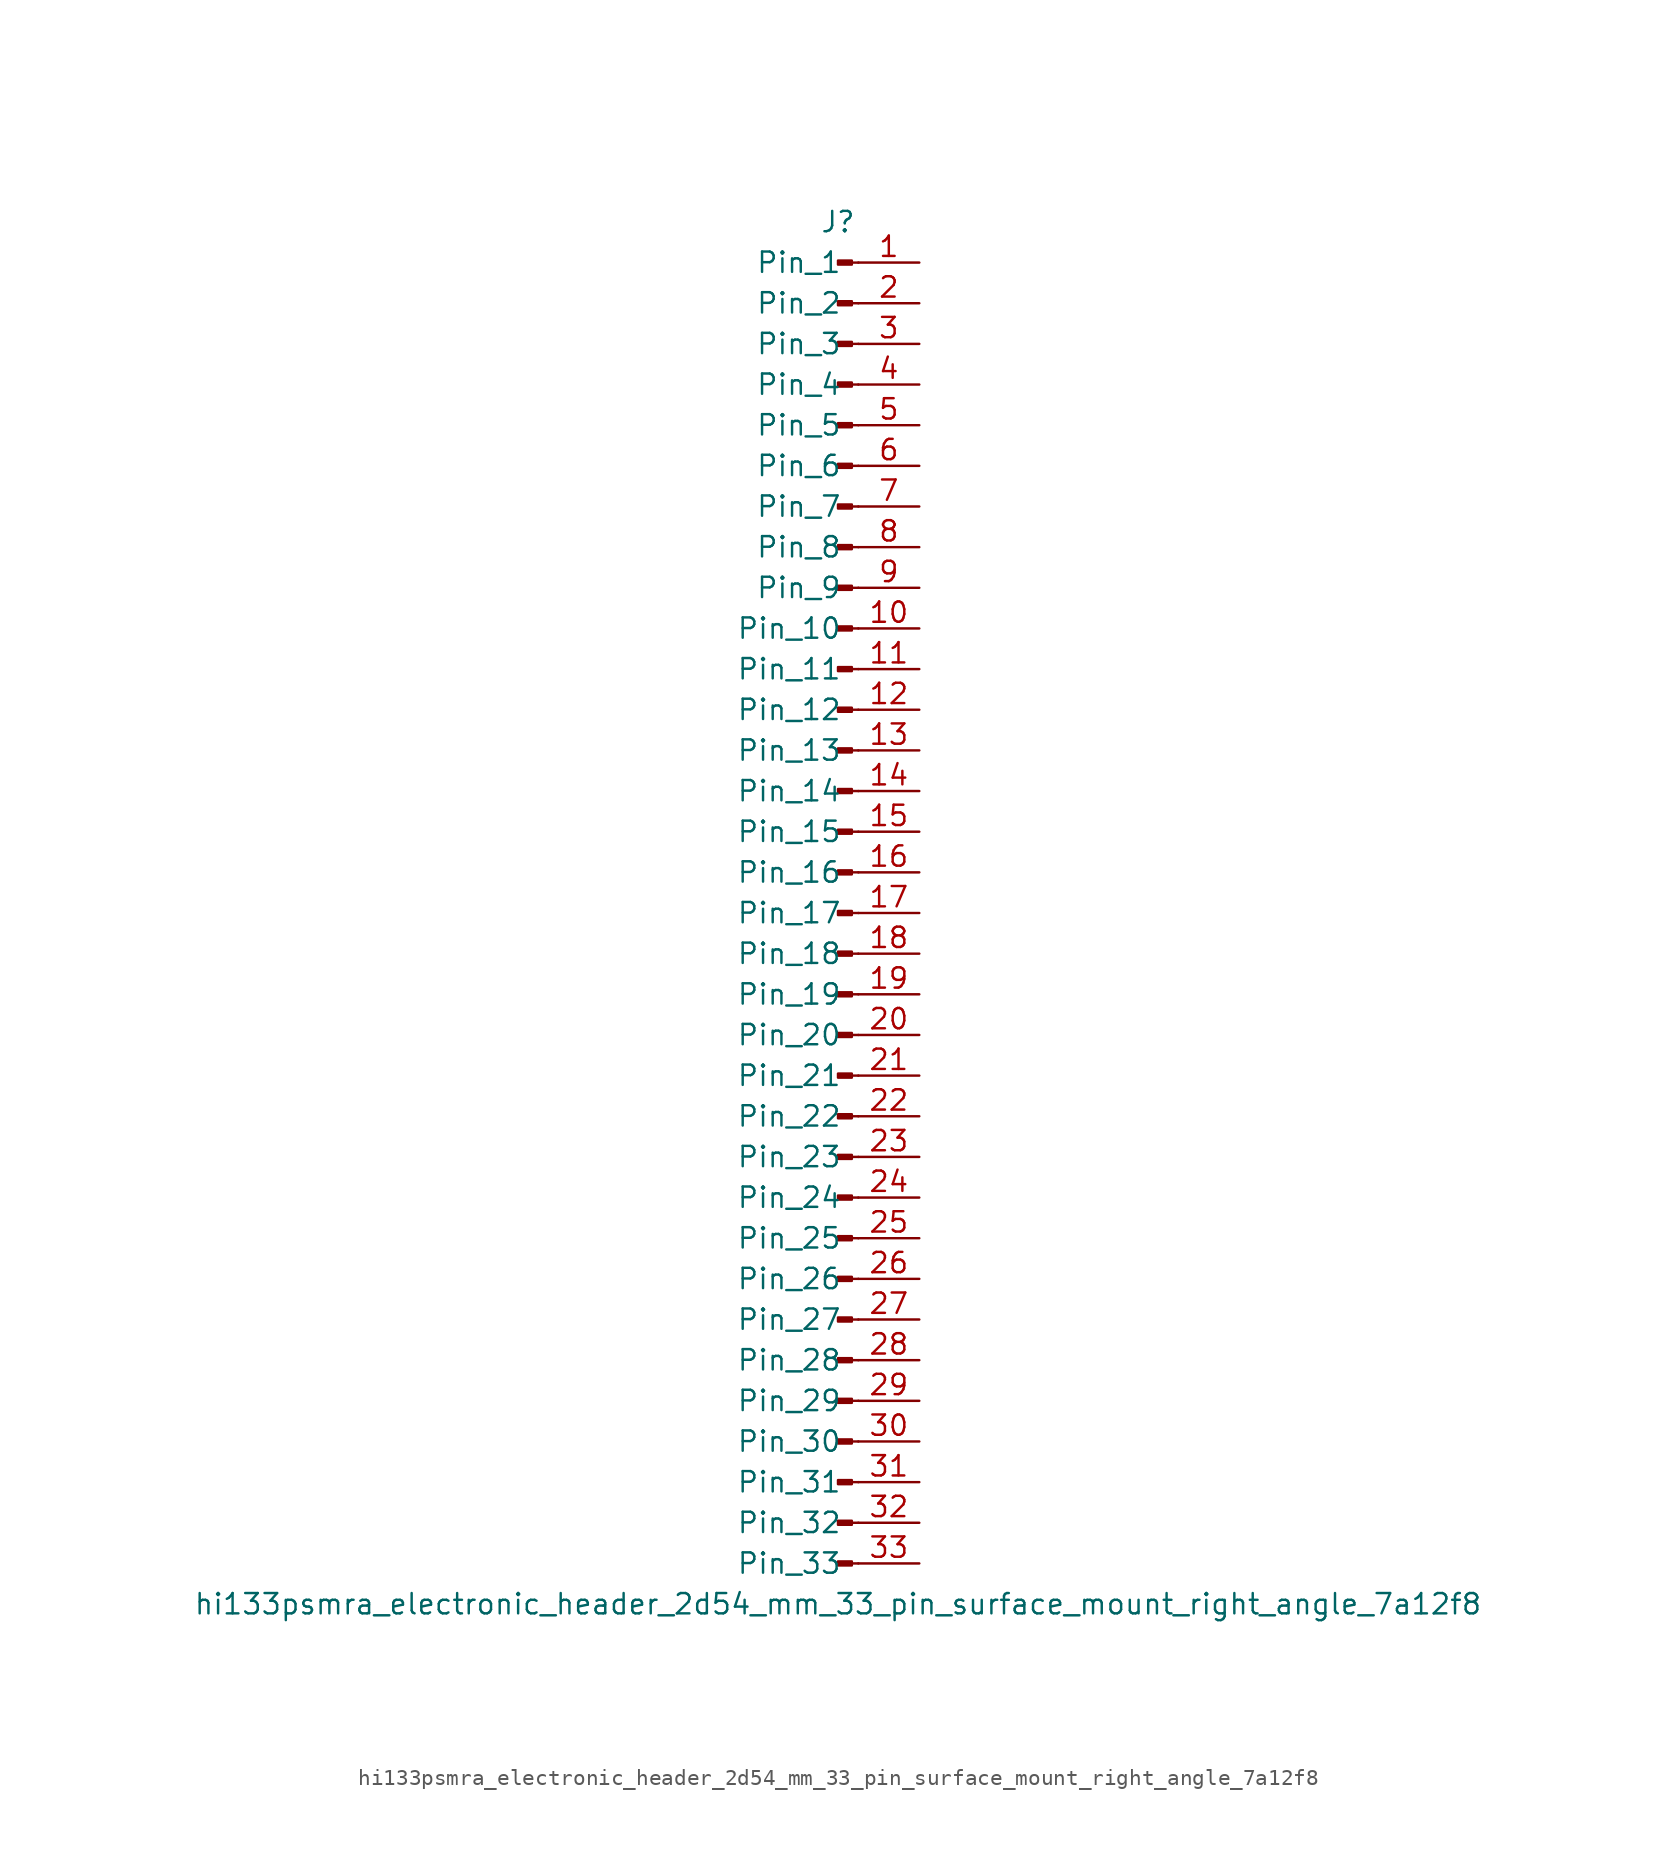
<source format=kicad_sym>
(kicad_symbol_lib
  (version 20220914)
  (generator kicad_symbol_editor)
  (symbol "hi133psmra_electronic_header_2d54_mm_33_pin_surface_mount_right_angle_7a12f8"
    (pin_names
      (offset 1.016))
    (property "Reference" "J"
      (at 0 43.18 0)
      (effects (font (size 1.27 1.27))))
    (property "Value" "hi133psmra_electronic_header_2d54_mm_33_pin_surface_mount_right_angle_7a12f8"
      (at 0 -43.18 0)
      (effects (font (size 1.27 1.27))))
    (property "ki_locked" ""
      (at 0 0 0)
      (effects (font (size 1.27 1.27))))
    (symbol "hi133psmra_electronic_header_2d54_mm_33_pin_surface_mount_right_angle_7a12f8_1_1"
      (polyline (pts (xy 1.27 -40.64) (xy 0.864 -40.64)) (stroke (width 0.152) (type default)) (fill (type none)))
      (polyline (pts (xy 1.27 -38.1) (xy 0.864 -38.1)) (stroke (width 0.152) (type default)) (fill (type none)))
      (polyline (pts (xy 1.27 -35.56) (xy 0.864 -35.56)) (stroke (width 0.152) (type default)) (fill (type none)))
      (polyline (pts (xy 1.27 -33.02) (xy 0.864 -33.02)) (stroke (width 0.152) (type default)) (fill (type none)))
      (polyline (pts (xy 1.27 -30.48) (xy 0.864 -30.48)) (stroke (width 0.152) (type default)) (fill (type none)))
      (polyline (pts (xy 1.27 -27.94) (xy 0.864 -27.94)) (stroke (width 0.152) (type default)) (fill (type none)))
      (polyline (pts (xy 1.27 -25.4) (xy 0.864 -25.4)) (stroke (width 0.152) (type default)) (fill (type none)))
      (polyline (pts (xy 1.27 -22.86) (xy 0.864 -22.86)) (stroke (width 0.152) (type default)) (fill (type none)))
      (polyline (pts (xy 1.27 -20.32) (xy 0.864 -20.32)) (stroke (width 0.152) (type default)) (fill (type none)))
      (polyline (pts (xy 1.27 -17.78) (xy 0.864 -17.78)) (stroke (width 0.152) (type default)) (fill (type none)))
      (polyline (pts (xy 1.27 -15.24) (xy 0.864 -15.24)) (stroke (width 0.152) (type default)) (fill (type none)))
      (polyline (pts (xy 1.27 -12.7) (xy 0.864 -12.7)) (stroke (width 0.152) (type default)) (fill (type none)))
      (polyline (pts (xy 1.27 -10.16) (xy 0.864 -10.16)) (stroke (width 0.152) (type default)) (fill (type none)))
      (polyline (pts (xy 1.27 -7.62) (xy 0.864 -7.62)) (stroke (width 0.152) (type default)) (fill (type none)))
      (polyline (pts (xy 1.27 -5.08) (xy 0.864 -5.08)) (stroke (width 0.152) (type default)) (fill (type none)))
      (polyline (pts (xy 1.27 -2.54) (xy 0.864 -2.54)) (stroke (width 0.152) (type default)) (fill (type none)))
      (polyline (pts (xy 1.27 0) (xy 0.864 0)) (stroke (width 0.152) (type default)) (fill (type none)))
      (polyline (pts (xy 1.27 2.54) (xy 0.864 2.54)) (stroke (width 0.152) (type default)) (fill (type none)))
      (polyline (pts (xy 1.27 5.08) (xy 0.864 5.08)) (stroke (width 0.152) (type default)) (fill (type none)))
      (polyline (pts (xy 1.27 7.62) (xy 0.864 7.62)) (stroke (width 0.152) (type default)) (fill (type none)))
      (polyline (pts (xy 1.27 10.16) (xy 0.864 10.16)) (stroke (width 0.152) (type default)) (fill (type none)))
      (polyline (pts (xy 1.27 12.7) (xy 0.864 12.7)) (stroke (width 0.152) (type default)) (fill (type none)))
      (polyline (pts (xy 1.27 15.24) (xy 0.864 15.24)) (stroke (width 0.152) (type default)) (fill (type none)))
      (polyline (pts (xy 1.27 17.78) (xy 0.864 17.78)) (stroke (width 0.152) (type default)) (fill (type none)))
      (polyline (pts (xy 1.27 20.32) (xy 0.864 20.32)) (stroke (width 0.152) (type default)) (fill (type none)))
      (polyline (pts (xy 1.27 22.86) (xy 0.864 22.86)) (stroke (width 0.152) (type default)) (fill (type none)))
      (polyline (pts (xy 1.27 25.4) (xy 0.864 25.4)) (stroke (width 0.152) (type default)) (fill (type none)))
      (polyline (pts (xy 1.27 27.94) (xy 0.864 27.94)) (stroke (width 0.152) (type default)) (fill (type none)))
      (polyline (pts (xy 1.27 30.48) (xy 0.864 30.48)) (stroke (width 0.152) (type default)) (fill (type none)))
      (polyline (pts (xy 1.27 33.02) (xy 0.864 33.02)) (stroke (width 0.152) (type default)) (fill (type none)))
      (polyline (pts (xy 1.27 35.56) (xy 0.864 35.56)) (stroke (width 0.152) (type default)) (fill (type none)))
      (polyline (pts (xy 1.27 38.1) (xy 0.864 38.1)) (stroke (width 0.152) (type default)) (fill (type none)))
      (polyline (pts (xy 1.27 40.64) (xy 0.864 40.64)) (stroke (width 0.152) (type default)) (fill (type none)))
      (rectangle (start 0.864 -40.513) (end 0 -40.767) (stroke (width 0.152) (type default)) (fill (type outline)))
      (rectangle (start 0.864 -37.973) (end 0 -38.227) (stroke (width 0.152) (type default)) (fill (type outline)))
      (rectangle (start 0.864 -35.433) (end 0 -35.687) (stroke (width 0.152) (type default)) (fill (type outline)))
      (rectangle (start 0.864 -32.893) (end 0 -33.147) (stroke (width 0.152) (type default)) (fill (type outline)))
      (rectangle (start 0.864 -30.353) (end 0 -30.607) (stroke (width 0.152) (type default)) (fill (type outline)))
      (rectangle (start 0.864 -27.813) (end 0 -28.067) (stroke (width 0.152) (type default)) (fill (type outline)))
      (rectangle (start 0.864 -25.273) (end 0 -25.527) (stroke (width 0.152) (type default)) (fill (type outline)))
      (rectangle (start 0.864 -22.733) (end 0 -22.987) (stroke (width 0.152) (type default)) (fill (type outline)))
      (rectangle (start 0.864 -20.193) (end 0 -20.447) (stroke (width 0.152) (type default)) (fill (type outline)))
      (rectangle (start 0.864 -17.653) (end 0 -17.907) (stroke (width 0.152) (type default)) (fill (type outline)))
      (rectangle (start 0.864 -15.113) (end 0 -15.367) (stroke (width 0.152) (type default)) (fill (type outline)))
      (rectangle (start 0.864 -12.573) (end 0 -12.827) (stroke (width 0.152) (type default)) (fill (type outline)))
      (rectangle (start 0.864 -10.033) (end 0 -10.287) (stroke (width 0.152) (type default)) (fill (type outline)))
      (rectangle (start 0.864 -7.493) (end 0 -7.747) (stroke (width 0.152) (type default)) (fill (type outline)))
      (rectangle (start 0.864 -4.953) (end 0 -5.207) (stroke (width 0.152) (type default)) (fill (type outline)))
      (rectangle (start 0.864 -2.413) (end 0 -2.667) (stroke (width 0.152) (type default)) (fill (type outline)))
      (rectangle (start 0.864 0.127) (end 0 -0.127) (stroke (width 0.152) (type default)) (fill (type outline)))
      (rectangle (start 0.864 2.667) (end 0 2.413) (stroke (width 0.152) (type default)) (fill (type outline)))
      (rectangle (start 0.864 5.207) (end 0 4.953) (stroke (width 0.152) (type default)) (fill (type outline)))
      (rectangle (start 0.864 7.747) (end 0 7.493) (stroke (width 0.152) (type default)) (fill (type outline)))
      (rectangle (start 0.864 10.287) (end 0 10.033) (stroke (width 0.152) (type default)) (fill (type outline)))
      (rectangle (start 0.864 12.827) (end 0 12.573) (stroke (width 0.152) (type default)) (fill (type outline)))
      (rectangle (start 0.864 15.367) (end 0 15.113) (stroke (width 0.152) (type default)) (fill (type outline)))
      (rectangle (start 0.864 17.907) (end 0 17.653) (stroke (width 0.152) (type default)) (fill (type outline)))
      (rectangle (start 0.864 20.447) (end 0 20.193) (stroke (width 0.152) (type default)) (fill (type outline)))
      (rectangle (start 0.864 22.987) (end 0 22.733) (stroke (width 0.152) (type default)) (fill (type outline)))
      (rectangle (start 0.864 25.527) (end 0 25.273) (stroke (width 0.152) (type default)) (fill (type outline)))
      (rectangle (start 0.864 28.067) (end 0 27.813) (stroke (width 0.152) (type default)) (fill (type outline)))
      (rectangle (start 0.864 30.607) (end 0 30.353) (stroke (width 0.152) (type default)) (fill (type outline)))
      (rectangle (start 0.864 33.147) (end 0 32.893) (stroke (width 0.152) (type default)) (fill (type outline)))
      (rectangle (start 0.864 35.687) (end 0 35.433) (stroke (width 0.152) (type default)) (fill (type outline)))
      (rectangle (start 0.864 38.227) (end 0 37.973) (stroke (width 0.152) (type default)) (fill (type outline)))
      (rectangle (start 0.864 40.767) (end 0 40.513) (stroke (width 0.152) (type default)) (fill (type outline)))
      (pin passive line (at 5.08 40.64 180) (length 3.81) (name "Pin_1" (effects (font (size 1.27 1.27)))) (number "1" (effects (font (size 1.27 1.27)))))
      (pin passive line (at 5.08 17.78 180) (length 3.81) (name "Pin_10" (effects (font (size 1.27 1.27)))) (number "10" (effects (font (size 1.27 1.27)))))
      (pin passive line (at 5.08 15.24 180) (length 3.81) (name "Pin_11" (effects (font (size 1.27 1.27)))) (number "11" (effects (font (size 1.27 1.27)))))
      (pin passive line (at 5.08 12.7 180) (length 3.81) (name "Pin_12" (effects (font (size 1.27 1.27)))) (number "12" (effects (font (size 1.27 1.27)))))
      (pin passive line (at 5.08 10.16 180) (length 3.81) (name "Pin_13" (effects (font (size 1.27 1.27)))) (number "13" (effects (font (size 1.27 1.27)))))
      (pin passive line (at 5.08 7.62 180) (length 3.81) (name "Pin_14" (effects (font (size 1.27 1.27)))) (number "14" (effects (font (size 1.27 1.27)))))
      (pin passive line (at 5.08 5.08 180) (length 3.81) (name "Pin_15" (effects (font (size 1.27 1.27)))) (number "15" (effects (font (size 1.27 1.27)))))
      (pin passive line (at 5.08 2.54 180) (length 3.81) (name "Pin_16" (effects (font (size 1.27 1.27)))) (number "16" (effects (font (size 1.27 1.27)))))
      (pin passive line (at 5.08 0 180) (length 3.81) (name "Pin_17" (effects (font (size 1.27 1.27)))) (number "17" (effects (font (size 1.27 1.27)))))
      (pin passive line (at 5.08 -2.54 180) (length 3.81) (name "Pin_18" (effects (font (size 1.27 1.27)))) (number "18" (effects (font (size 1.27 1.27)))))
      (pin passive line (at 5.08 -5.08 180) (length 3.81) (name "Pin_19" (effects (font (size 1.27 1.27)))) (number "19" (effects (font (size 1.27 1.27)))))
      (pin passive line (at 5.08 38.1 180) (length 3.81) (name "Pin_2" (effects (font (size 1.27 1.27)))) (number "2" (effects (font (size 1.27 1.27)))))
      (pin passive line (at 5.08 -7.62 180) (length 3.81) (name "Pin_20" (effects (font (size 1.27 1.27)))) (number "20" (effects (font (size 1.27 1.27)))))
      (pin passive line (at 5.08 -10.16 180) (length 3.81) (name "Pin_21" (effects (font (size 1.27 1.27)))) (number "21" (effects (font (size 1.27 1.27)))))
      (pin passive line (at 5.08 -12.7 180) (length 3.81) (name "Pin_22" (effects (font (size 1.27 1.27)))) (number "22" (effects (font (size 1.27 1.27)))))
      (pin passive line (at 5.08 -15.24 180) (length 3.81) (name "Pin_23" (effects (font (size 1.27 1.27)))) (number "23" (effects (font (size 1.27 1.27)))))
      (pin passive line (at 5.08 -17.78 180) (length 3.81) (name "Pin_24" (effects (font (size 1.27 1.27)))) (number "24" (effects (font (size 1.27 1.27)))))
      (pin passive line (at 5.08 -20.32 180) (length 3.81) (name "Pin_25" (effects (font (size 1.27 1.27)))) (number "25" (effects (font (size 1.27 1.27)))))
      (pin passive line (at 5.08 -22.86 180) (length 3.81) (name "Pin_26" (effects (font (size 1.27 1.27)))) (number "26" (effects (font (size 1.27 1.27)))))
      (pin passive line (at 5.08 -25.4 180) (length 3.81) (name "Pin_27" (effects (font (size 1.27 1.27)))) (number "27" (effects (font (size 1.27 1.27)))))
      (pin passive line (at 5.08 -27.94 180) (length 3.81) (name "Pin_28" (effects (font (size 1.27 1.27)))) (number "28" (effects (font (size 1.27 1.27)))))
      (pin passive line (at 5.08 -30.48 180) (length 3.81) (name "Pin_29" (effects (font (size 1.27 1.27)))) (number "29" (effects (font (size 1.27 1.27)))))
      (pin passive line (at 5.08 35.56 180) (length 3.81) (name "Pin_3" (effects (font (size 1.27 1.27)))) (number "3" (effects (font (size 1.27 1.27)))))
      (pin passive line (at 5.08 -33.02 180) (length 3.81) (name "Pin_30" (effects (font (size 1.27 1.27)))) (number "30" (effects (font (size 1.27 1.27)))))
      (pin passive line (at 5.08 -35.56 180) (length 3.81) (name "Pin_31" (effects (font (size 1.27 1.27)))) (number "31" (effects (font (size 1.27 1.27)))))
      (pin passive line (at 5.08 -38.1 180) (length 3.81) (name "Pin_32" (effects (font (size 1.27 1.27)))) (number "32" (effects (font (size 1.27 1.27)))))
      (pin passive line (at 5.08 -40.64 180) (length 3.81) (name "Pin_33" (effects (font (size 1.27 1.27)))) (number "33" (effects (font (size 1.27 1.27)))))
      (pin passive line (at 5.08 33.02 180) (length 3.81) (name "Pin_4" (effects (font (size 1.27 1.27)))) (number "4" (effects (font (size 1.27 1.27)))))
      (pin passive line (at 5.08 30.48 180) (length 3.81) (name "Pin_5" (effects (font (size 1.27 1.27)))) (number "5" (effects (font (size 1.27 1.27)))))
      (pin passive line (at 5.08 27.94 180) (length 3.81) (name "Pin_6" (effects (font (size 1.27 1.27)))) (number "6" (effects (font (size 1.27 1.27)))))
      (pin passive line (at 5.08 25.4 180) (length 3.81) (name "Pin_7" (effects (font (size 1.27 1.27)))) (number "7" (effects (font (size 1.27 1.27)))))
      (pin passive line (at 5.08 22.86 180) (length 3.81) (name "Pin_8" (effects (font (size 1.27 1.27)))) (number "8" (effects (font (size 1.27 1.27)))))
      (pin passive line (at 5.08 20.32 180) (length 3.81) (name "Pin_9" (effects (font (size 1.27 1.27)))) (number "9" (effects (font (size 1.27 1.27))))))))
</source>
